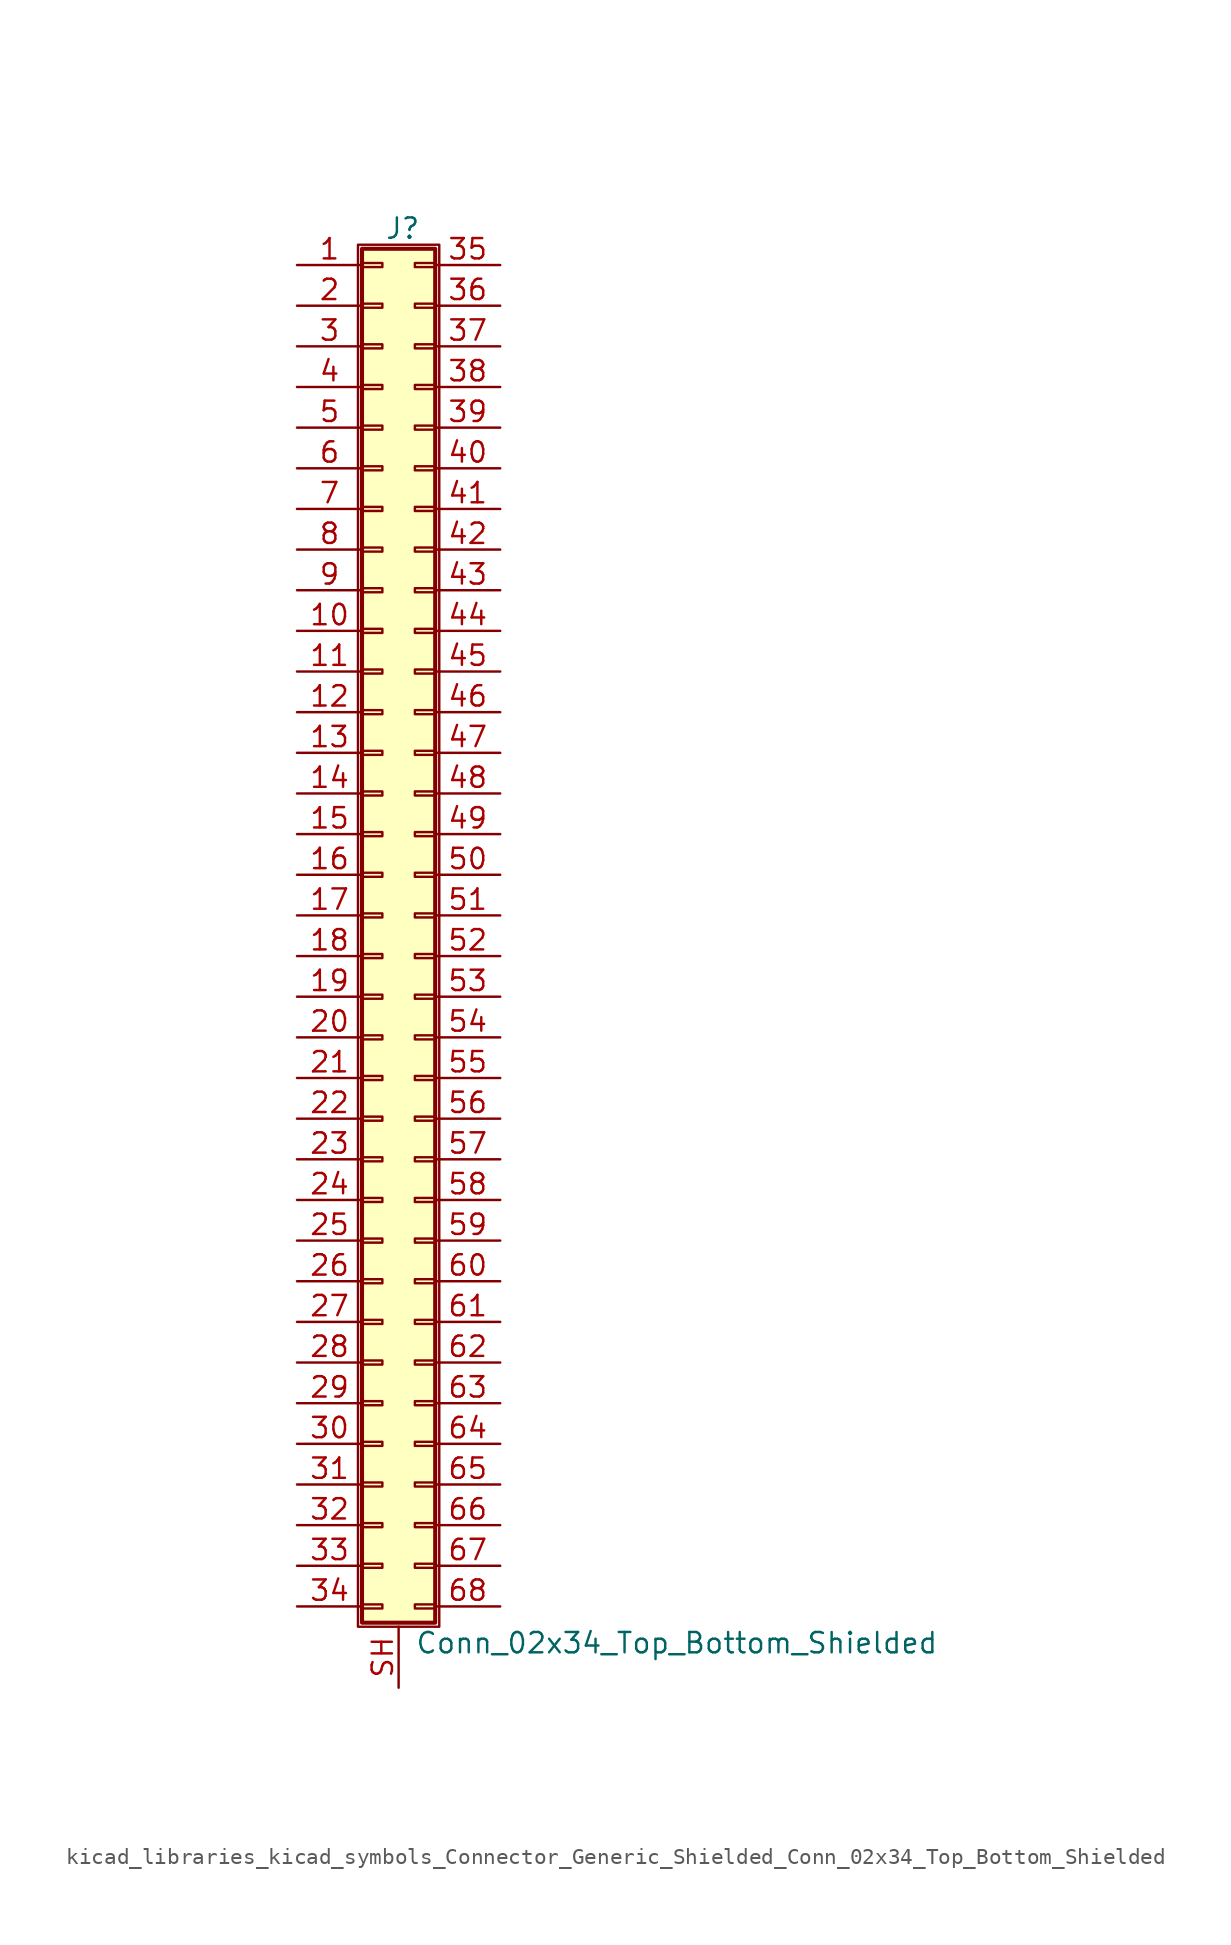
<source format=kicad_sym>
(kicad_symbol_lib
  (version 20220914)
  (generator kicad_symbol_editor)
  (symbol "kicad_libraries_kicad_symbols_Connector_Generic_Shielded_Conn_02x34_Top_Bottom_Shielded"
    (pin_names
      (offset 1.016) hide)
    (property "Reference" "J"
      (at 1.524 42.926 0)
      (effects (font (size 1.27 1.27))))
    (property "Value" "Conn_02x34_Top_Bottom_Shielded"
      (at 2.286 -45.466 0)
      (effects (font (size 1.27 1.27)) (justify left)))
    (symbol "kicad_libraries_kicad_symbols_Connector_Generic_Shielded_Conn_02x34_Top_Bottom_Shielded_1_1"
      (rectangle (start -1.27 41.91) (end 3.81 -44.45) (stroke (width 0.152) (type default)) (fill (type none)))
      (rectangle (start -1.016 -43.053) (end 0.254 -43.307) (stroke (width 0.152) (type default)) (fill (type none)))
      (rectangle (start -1.016 -40.513) (end 0.254 -40.767) (stroke (width 0.152) (type default)) (fill (type none)))
      (rectangle (start -1.016 -37.973) (end 0.254 -38.227) (stroke (width 0.152) (type default)) (fill (type none)))
      (rectangle (start -1.016 -35.433) (end 0.254 -35.687) (stroke (width 0.152) (type default)) (fill (type none)))
      (rectangle (start -1.016 -32.893) (end 0.254 -33.147) (stroke (width 0.152) (type default)) (fill (type none)))
      (rectangle (start -1.016 -30.353) (end 0.254 -30.607) (stroke (width 0.152) (type default)) (fill (type none)))
      (rectangle (start -1.016 -27.813) (end 0.254 -28.067) (stroke (width 0.152) (type default)) (fill (type none)))
      (rectangle (start -1.016 -25.273) (end 0.254 -25.527) (stroke (width 0.152) (type default)) (fill (type none)))
      (rectangle (start -1.016 -22.733) (end 0.254 -22.987) (stroke (width 0.152) (type default)) (fill (type none)))
      (rectangle (start -1.016 -20.193) (end 0.254 -20.447) (stroke (width 0.152) (type default)) (fill (type none)))
      (rectangle (start -1.016 -17.653) (end 0.254 -17.907) (stroke (width 0.152) (type default)) (fill (type none)))
      (rectangle (start -1.016 -15.113) (end 0.254 -15.367) (stroke (width 0.152) (type default)) (fill (type none)))
      (rectangle (start -1.016 -12.573) (end 0.254 -12.827) (stroke (width 0.152) (type default)) (fill (type none)))
      (rectangle (start -1.016 -10.033) (end 0.254 -10.287) (stroke (width 0.152) (type default)) (fill (type none)))
      (rectangle (start -1.016 -7.493) (end 0.254 -7.747) (stroke (width 0.152) (type default)) (fill (type none)))
      (rectangle (start -1.016 -4.953) (end 0.254 -5.207) (stroke (width 0.152) (type default)) (fill (type none)))
      (rectangle (start -1.016 -2.413) (end 0.254 -2.667) (stroke (width 0.152) (type default)) (fill (type none)))
      (rectangle (start -1.016 0.127) (end 0.254 -0.127) (stroke (width 0.152) (type default)) (fill (type none)))
      (rectangle (start -1.016 2.667) (end 0.254 2.413) (stroke (width 0.152) (type default)) (fill (type none)))
      (rectangle (start -1.016 5.207) (end 0.254 4.953) (stroke (width 0.152) (type default)) (fill (type none)))
      (rectangle (start -1.016 7.747) (end 0.254 7.493) (stroke (width 0.152) (type default)) (fill (type none)))
      (rectangle (start -1.016 10.287) (end 0.254 10.033) (stroke (width 0.152) (type default)) (fill (type none)))
      (rectangle (start -1.016 12.827) (end 0.254 12.573) (stroke (width 0.152) (type default)) (fill (type none)))
      (rectangle (start -1.016 15.367) (end 0.254 15.113) (stroke (width 0.152) (type default)) (fill (type none)))
      (rectangle (start -1.016 17.907) (end 0.254 17.653) (stroke (width 0.152) (type default)) (fill (type none)))
      (rectangle (start -1.016 20.447) (end 0.254 20.193) (stroke (width 0.152) (type default)) (fill (type none)))
      (rectangle (start -1.016 22.987) (end 0.254 22.733) (stroke (width 0.152) (type default)) (fill (type none)))
      (rectangle (start -1.016 25.527) (end 0.254 25.273) (stroke (width 0.152) (type default)) (fill (type none)))
      (rectangle (start -1.016 28.067) (end 0.254 27.813) (stroke (width 0.152) (type default)) (fill (type none)))
      (rectangle (start -1.016 30.607) (end 0.254 30.353) (stroke (width 0.152) (type default)) (fill (type none)))
      (rectangle (start -1.016 33.147) (end 0.254 32.893) (stroke (width 0.152) (type default)) (fill (type none)))
      (rectangle (start -1.016 35.687) (end 0.254 35.433) (stroke (width 0.152) (type default)) (fill (type none)))
      (rectangle (start -1.016 38.227) (end 0.254 37.973) (stroke (width 0.152) (type default)) (fill (type none)))
      (rectangle (start -1.016 40.767) (end 0.254 40.513) (stroke (width 0.152) (type default)) (fill (type none)))
      (rectangle (start -1.016 41.656) (end 3.556 -44.196) (stroke (width 0.254) (type default)) (fill (type background)))
      (rectangle (start 3.556 -43.053) (end 2.286 -43.307) (stroke (width 0.152) (type default)) (fill (type none)))
      (rectangle (start 3.556 -40.513) (end 2.286 -40.767) (stroke (width 0.152) (type default)) (fill (type none)))
      (rectangle (start 3.556 -37.973) (end 2.286 -38.227) (stroke (width 0.152) (type default)) (fill (type none)))
      (rectangle (start 3.556 -35.433) (end 2.286 -35.687) (stroke (width 0.152) (type default)) (fill (type none)))
      (rectangle (start 3.556 -32.893) (end 2.286 -33.147) (stroke (width 0.152) (type default)) (fill (type none)))
      (rectangle (start 3.556 -30.353) (end 2.286 -30.607) (stroke (width 0.152) (type default)) (fill (type none)))
      (rectangle (start 3.556 -27.813) (end 2.286 -28.067) (stroke (width 0.152) (type default)) (fill (type none)))
      (rectangle (start 3.556 -25.273) (end 2.286 -25.527) (stroke (width 0.152) (type default)) (fill (type none)))
      (rectangle (start 3.556 -22.733) (end 2.286 -22.987) (stroke (width 0.152) (type default)) (fill (type none)))
      (rectangle (start 3.556 -20.193) (end 2.286 -20.447) (stroke (width 0.152) (type default)) (fill (type none)))
      (rectangle (start 3.556 -17.653) (end 2.286 -17.907) (stroke (width 0.152) (type default)) (fill (type none)))
      (rectangle (start 3.556 -15.113) (end 2.286 -15.367) (stroke (width 0.152) (type default)) (fill (type none)))
      (rectangle (start 3.556 -12.573) (end 2.286 -12.827) (stroke (width 0.152) (type default)) (fill (type none)))
      (rectangle (start 3.556 -10.033) (end 2.286 -10.287) (stroke (width 0.152) (type default)) (fill (type none)))
      (rectangle (start 3.556 -7.493) (end 2.286 -7.747) (stroke (width 0.152) (type default)) (fill (type none)))
      (rectangle (start 3.556 -4.953) (end 2.286 -5.207) (stroke (width 0.152) (type default)) (fill (type none)))
      (rectangle (start 3.556 -2.413) (end 2.286 -2.667) (stroke (width 0.152) (type default)) (fill (type none)))
      (rectangle (start 3.556 0.127) (end 2.286 -0.127) (stroke (width 0.152) (type default)) (fill (type none)))
      (rectangle (start 3.556 2.667) (end 2.286 2.413) (stroke (width 0.152) (type default)) (fill (type none)))
      (rectangle (start 3.556 5.207) (end 2.286 4.953) (stroke (width 0.152) (type default)) (fill (type none)))
      (rectangle (start 3.556 7.747) (end 2.286 7.493) (stroke (width 0.152) (type default)) (fill (type none)))
      (rectangle (start 3.556 10.287) (end 2.286 10.033) (stroke (width 0.152) (type default)) (fill (type none)))
      (rectangle (start 3.556 12.827) (end 2.286 12.573) (stroke (width 0.152) (type default)) (fill (type none)))
      (rectangle (start 3.556 15.367) (end 2.286 15.113) (stroke (width 0.152) (type default)) (fill (type none)))
      (rectangle (start 3.556 17.907) (end 2.286 17.653) (stroke (width 0.152) (type default)) (fill (type none)))
      (rectangle (start 3.556 20.447) (end 2.286 20.193) (stroke (width 0.152) (type default)) (fill (type none)))
      (rectangle (start 3.556 22.987) (end 2.286 22.733) (stroke (width 0.152) (type default)) (fill (type none)))
      (rectangle (start 3.556 25.527) (end 2.286 25.273) (stroke (width 0.152) (type default)) (fill (type none)))
      (rectangle (start 3.556 28.067) (end 2.286 27.813) (stroke (width 0.152) (type default)) (fill (type none)))
      (rectangle (start 3.556 30.607) (end 2.286 30.353) (stroke (width 0.152) (type default)) (fill (type none)))
      (rectangle (start 3.556 33.147) (end 2.286 32.893) (stroke (width 0.152) (type default)) (fill (type none)))
      (rectangle (start 3.556 35.687) (end 2.286 35.433) (stroke (width 0.152) (type default)) (fill (type none)))
      (rectangle (start 3.556 38.227) (end 2.286 37.973) (stroke (width 0.152) (type default)) (fill (type none)))
      (rectangle (start 3.556 40.767) (end 2.286 40.513) (stroke (width 0.152) (type default)) (fill (type none)))
      (pin passive line (at -5.08 40.64 0) (length 4.064) (name "Pin_1" (effects (font (size 1.27 1.27)))) (number "1" (effects (font (size 1.27 1.27)))))
      (pin passive line (at -5.08 17.78 0) (length 4.064) (name "Pin_10" (effects (font (size 1.27 1.27)))) (number "10" (effects (font (size 1.27 1.27)))))
      (pin passive line (at -5.08 15.24 0) (length 4.064) (name "Pin_11" (effects (font (size 1.27 1.27)))) (number "11" (effects (font (size 1.27 1.27)))))
      (pin passive line (at -5.08 12.7 0) (length 4.064) (name "Pin_12" (effects (font (size 1.27 1.27)))) (number "12" (effects (font (size 1.27 1.27)))))
      (pin passive line (at -5.08 10.16 0) (length 4.064) (name "Pin_13" (effects (font (size 1.27 1.27)))) (number "13" (effects (font (size 1.27 1.27)))))
      (pin passive line (at -5.08 7.62 0) (length 4.064) (name "Pin_14" (effects (font (size 1.27 1.27)))) (number "14" (effects (font (size 1.27 1.27)))))
      (pin passive line (at -5.08 5.08 0) (length 4.064) (name "Pin_15" (effects (font (size 1.27 1.27)))) (number "15" (effects (font (size 1.27 1.27)))))
      (pin passive line (at -5.08 2.54 0) (length 4.064) (name "Pin_16" (effects (font (size 1.27 1.27)))) (number "16" (effects (font (size 1.27 1.27)))))
      (pin passive line (at -5.08 0 0) (length 4.064) (name "Pin_17" (effects (font (size 1.27 1.27)))) (number "17" (effects (font (size 1.27 1.27)))))
      (pin passive line (at -5.08 -2.54 0) (length 4.064) (name "Pin_18" (effects (font (size 1.27 1.27)))) (number "18" (effects (font (size 1.27 1.27)))))
      (pin passive line (at -5.08 -5.08 0) (length 4.064) (name "Pin_19" (effects (font (size 1.27 1.27)))) (number "19" (effects (font (size 1.27 1.27)))))
      (pin passive line (at -5.08 38.1 0) (length 4.064) (name "Pin_2" (effects (font (size 1.27 1.27)))) (number "2" (effects (font (size 1.27 1.27)))))
      (pin passive line (at -5.08 -7.62 0) (length 4.064) (name "Pin_20" (effects (font (size 1.27 1.27)))) (number "20" (effects (font (size 1.27 1.27)))))
      (pin passive line (at -5.08 -10.16 0) (length 4.064) (name "Pin_21" (effects (font (size 1.27 1.27)))) (number "21" (effects (font (size 1.27 1.27)))))
      (pin passive line (at -5.08 -12.7 0) (length 4.064) (name "Pin_22" (effects (font (size 1.27 1.27)))) (number "22" (effects (font (size 1.27 1.27)))))
      (pin passive line (at -5.08 -15.24 0) (length 4.064) (name "Pin_23" (effects (font (size 1.27 1.27)))) (number "23" (effects (font (size 1.27 1.27)))))
      (pin passive line (at -5.08 -17.78 0) (length 4.064) (name "Pin_24" (effects (font (size 1.27 1.27)))) (number "24" (effects (font (size 1.27 1.27)))))
      (pin passive line (at -5.08 -20.32 0) (length 4.064) (name "Pin_25" (effects (font (size 1.27 1.27)))) (number "25" (effects (font (size 1.27 1.27)))))
      (pin passive line (at -5.08 -22.86 0) (length 4.064) (name "Pin_26" (effects (font (size 1.27 1.27)))) (number "26" (effects (font (size 1.27 1.27)))))
      (pin passive line (at -5.08 -25.4 0) (length 4.064) (name "Pin_27" (effects (font (size 1.27 1.27)))) (number "27" (effects (font (size 1.27 1.27)))))
      (pin passive line (at -5.08 -27.94 0) (length 4.064) (name "Pin_28" (effects (font (size 1.27 1.27)))) (number "28" (effects (font (size 1.27 1.27)))))
      (pin passive line (at -5.08 -30.48 0) (length 4.064) (name "Pin_29" (effects (font (size 1.27 1.27)))) (number "29" (effects (font (size 1.27 1.27)))))
      (pin passive line (at -5.08 35.56 0) (length 4.064) (name "Pin_3" (effects (font (size 1.27 1.27)))) (number "3" (effects (font (size 1.27 1.27)))))
      (pin passive line (at -5.08 -33.02 0) (length 4.064) (name "Pin_30" (effects (font (size 1.27 1.27)))) (number "30" (effects (font (size 1.27 1.27)))))
      (pin passive line (at -5.08 -35.56 0) (length 4.064) (name "Pin_31" (effects (font (size 1.27 1.27)))) (number "31" (effects (font (size 1.27 1.27)))))
      (pin passive line (at -5.08 -38.1 0) (length 4.064) (name "Pin_32" (effects (font (size 1.27 1.27)))) (number "32" (effects (font (size 1.27 1.27)))))
      (pin passive line (at -5.08 -40.64 0) (length 4.064) (name "Pin_33" (effects (font (size 1.27 1.27)))) (number "33" (effects (font (size 1.27 1.27)))))
      (pin passive line (at -5.08 -43.18 0) (length 4.064) (name "Pin_34" (effects (font (size 1.27 1.27)))) (number "34" (effects (font (size 1.27 1.27)))))
      (pin passive line (at 7.62 40.64 180) (length 4.064) (name "Pin_35" (effects (font (size 1.27 1.27)))) (number "35" (effects (font (size 1.27 1.27)))))
      (pin passive line (at 7.62 38.1 180) (length 4.064) (name "Pin_36" (effects (font (size 1.27 1.27)))) (number "36" (effects (font (size 1.27 1.27)))))
      (pin passive line (at 7.62 35.56 180) (length 4.064) (name "Pin_37" (effects (font (size 1.27 1.27)))) (number "37" (effects (font (size 1.27 1.27)))))
      (pin passive line (at 7.62 33.02 180) (length 4.064) (name "Pin_38" (effects (font (size 1.27 1.27)))) (number "38" (effects (font (size 1.27 1.27)))))
      (pin passive line (at 7.62 30.48 180) (length 4.064) (name "Pin_39" (effects (font (size 1.27 1.27)))) (number "39" (effects (font (size 1.27 1.27)))))
      (pin passive line (at -5.08 33.02 0) (length 4.064) (name "Pin_4" (effects (font (size 1.27 1.27)))) (number "4" (effects (font (size 1.27 1.27)))))
      (pin passive line (at 7.62 27.94 180) (length 4.064) (name "Pin_40" (effects (font (size 1.27 1.27)))) (number "40" (effects (font (size 1.27 1.27)))))
      (pin passive line (at 7.62 25.4 180) (length 4.064) (name "Pin_41" (effects (font (size 1.27 1.27)))) (number "41" (effects (font (size 1.27 1.27)))))
      (pin passive line (at 7.62 22.86 180) (length 4.064) (name "Pin_42" (effects (font (size 1.27 1.27)))) (number "42" (effects (font (size 1.27 1.27)))))
      (pin passive line (at 7.62 20.32 180) (length 4.064) (name "Pin_43" (effects (font (size 1.27 1.27)))) (number "43" (effects (font (size 1.27 1.27)))))
      (pin passive line (at 7.62 17.78 180) (length 4.064) (name "Pin_44" (effects (font (size 1.27 1.27)))) (number "44" (effects (font (size 1.27 1.27)))))
      (pin passive line (at 7.62 15.24 180) (length 4.064) (name "Pin_45" (effects (font (size 1.27 1.27)))) (number "45" (effects (font (size 1.27 1.27)))))
      (pin passive line (at 7.62 12.7 180) (length 4.064) (name "Pin_46" (effects (font (size 1.27 1.27)))) (number "46" (effects (font (size 1.27 1.27)))))
      (pin passive line (at 7.62 10.16 180) (length 4.064) (name "Pin_47" (effects (font (size 1.27 1.27)))) (number "47" (effects (font (size 1.27 1.27)))))
      (pin passive line (at 7.62 7.62 180) (length 4.064) (name "Pin_48" (effects (font (size 1.27 1.27)))) (number "48" (effects (font (size 1.27 1.27)))))
      (pin passive line (at 7.62 5.08 180) (length 4.064) (name "Pin_49" (effects (font (size 1.27 1.27)))) (number "49" (effects (font (size 1.27 1.27)))))
      (pin passive line (at -5.08 30.48 0) (length 4.064) (name "Pin_5" (effects (font (size 1.27 1.27)))) (number "5" (effects (font (size 1.27 1.27)))))
      (pin passive line (at 7.62 2.54 180) (length 4.064) (name "Pin_50" (effects (font (size 1.27 1.27)))) (number "50" (effects (font (size 1.27 1.27)))))
      (pin passive line (at 7.62 0 180) (length 4.064) (name "Pin_51" (effects (font (size 1.27 1.27)))) (number "51" (effects (font (size 1.27 1.27)))))
      (pin passive line (at 7.62 -2.54 180) (length 4.064) (name "Pin_52" (effects (font (size 1.27 1.27)))) (number "52" (effects (font (size 1.27 1.27)))))
      (pin passive line (at 7.62 -5.08 180) (length 4.064) (name "Pin_53" (effects (font (size 1.27 1.27)))) (number "53" (effects (font (size 1.27 1.27)))))
      (pin passive line (at 7.62 -7.62 180) (length 4.064) (name "Pin_54" (effects (font (size 1.27 1.27)))) (number "54" (effects (font (size 1.27 1.27)))))
      (pin passive line (at 7.62 -10.16 180) (length 4.064) (name "Pin_55" (effects (font (size 1.27 1.27)))) (number "55" (effects (font (size 1.27 1.27)))))
      (pin passive line (at 7.62 -12.7 180) (length 4.064) (name "Pin_56" (effects (font (size 1.27 1.27)))) (number "56" (effects (font (size 1.27 1.27)))))
      (pin passive line (at 7.62 -15.24 180) (length 4.064) (name "Pin_57" (effects (font (size 1.27 1.27)))) (number "57" (effects (font (size 1.27 1.27)))))
      (pin passive line (at 7.62 -17.78 180) (length 4.064) (name "Pin_58" (effects (font (size 1.27 1.27)))) (number "58" (effects (font (size 1.27 1.27)))))
      (pin passive line (at 7.62 -20.32 180) (length 4.064) (name "Pin_59" (effects (font (size 1.27 1.27)))) (number "59" (effects (font (size 1.27 1.27)))))
      (pin passive line (at -5.08 27.94 0) (length 4.064) (name "Pin_6" (effects (font (size 1.27 1.27)))) (number "6" (effects (font (size 1.27 1.27)))))
      (pin passive line (at 7.62 -22.86 180) (length 4.064) (name "Pin_60" (effects (font (size 1.27 1.27)))) (number "60" (effects (font (size 1.27 1.27)))))
      (pin passive line (at 7.62 -25.4 180) (length 4.064) (name "Pin_61" (effects (font (size 1.27 1.27)))) (number "61" (effects (font (size 1.27 1.27)))))
      (pin passive line (at 7.62 -27.94 180) (length 4.064) (name "Pin_62" (effects (font (size 1.27 1.27)))) (number "62" (effects (font (size 1.27 1.27)))))
      (pin passive line (at 7.62 -30.48 180) (length 4.064) (name "Pin_63" (effects (font (size 1.27 1.27)))) (number "63" (effects (font (size 1.27 1.27)))))
      (pin passive line (at 7.62 -33.02 180) (length 4.064) (name "Pin_64" (effects (font (size 1.27 1.27)))) (number "64" (effects (font (size 1.27 1.27)))))
      (pin passive line (at 7.62 -35.56 180) (length 4.064) (name "Pin_65" (effects (font (size 1.27 1.27)))) (number "65" (effects (font (size 1.27 1.27)))))
      (pin passive line (at 7.62 -38.1 180) (length 4.064) (name "Pin_66" (effects (font (size 1.27 1.27)))) (number "66" (effects (font (size 1.27 1.27)))))
      (pin passive line (at 7.62 -40.64 180) (length 4.064) (name "Pin_67" (effects (font (size 1.27 1.27)))) (number "67" (effects (font (size 1.27 1.27)))))
      (pin passive line (at 7.62 -43.18 180) (length 4.064) (name "Pin_68" (effects (font (size 1.27 1.27)))) (number "68" (effects (font (size 1.27 1.27)))))
      (pin passive line (at -5.08 25.4 0) (length 4.064) (name "Pin_7" (effects (font (size 1.27 1.27)))) (number "7" (effects (font (size 1.27 1.27)))))
      (pin passive line (at -5.08 22.86 0) (length 4.064) (name "Pin_8" (effects (font (size 1.27 1.27)))) (number "8" (effects (font (size 1.27 1.27)))))
      (pin passive line (at -5.08 20.32 0) (length 4.064) (name "Pin_9" (effects (font (size 1.27 1.27)))) (number "9" (effects (font (size 1.27 1.27)))))
      (pin passive line (at 1.27 -48.26 90) (length 3.81) (name "Shield" (effects (font (size 1.27 1.27)))) (number "SH" (effects (font (size 1.27 1.27))))))))
</source>
